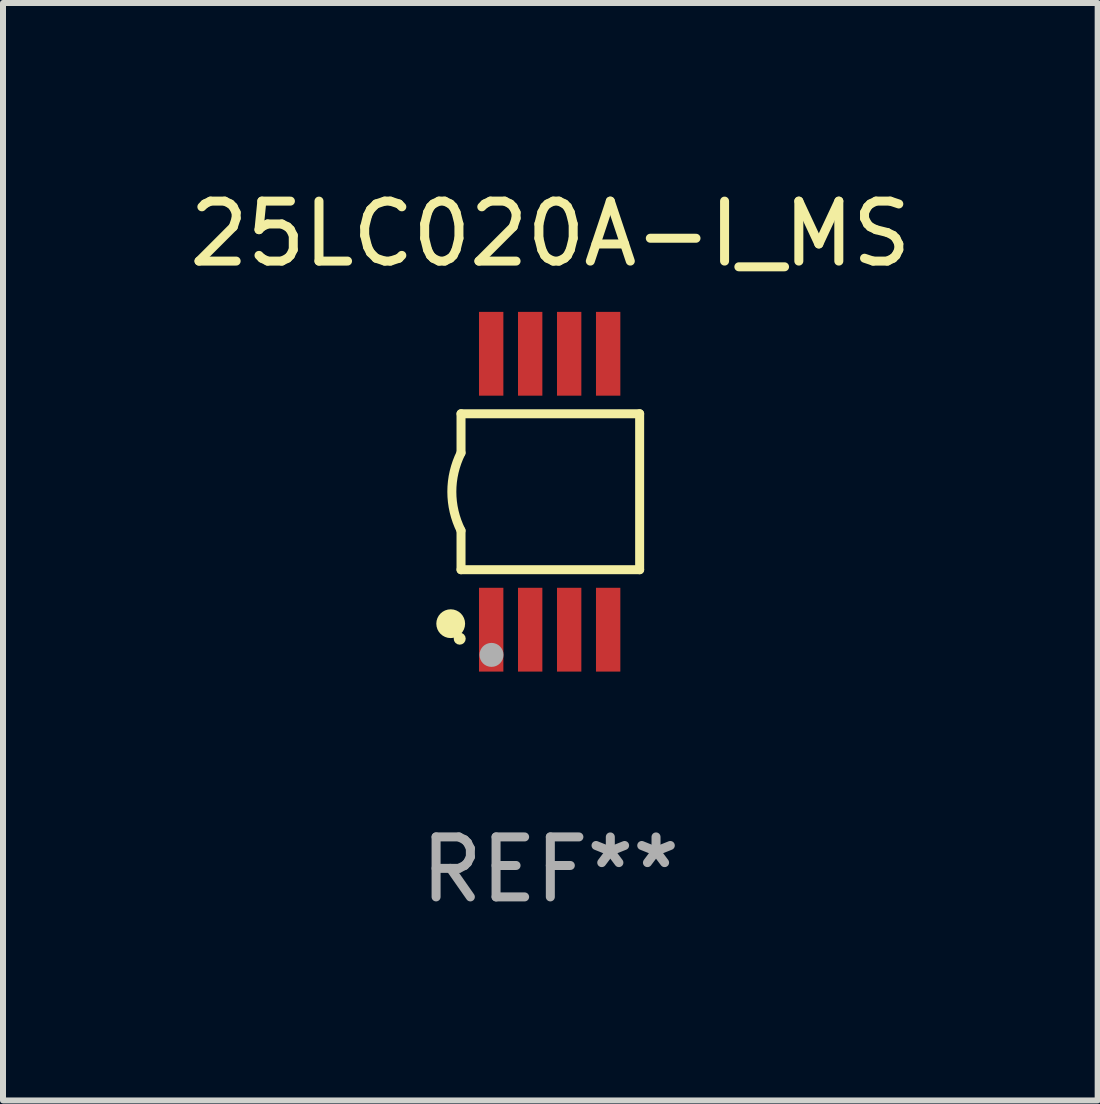
<source format=kicad_pcb>
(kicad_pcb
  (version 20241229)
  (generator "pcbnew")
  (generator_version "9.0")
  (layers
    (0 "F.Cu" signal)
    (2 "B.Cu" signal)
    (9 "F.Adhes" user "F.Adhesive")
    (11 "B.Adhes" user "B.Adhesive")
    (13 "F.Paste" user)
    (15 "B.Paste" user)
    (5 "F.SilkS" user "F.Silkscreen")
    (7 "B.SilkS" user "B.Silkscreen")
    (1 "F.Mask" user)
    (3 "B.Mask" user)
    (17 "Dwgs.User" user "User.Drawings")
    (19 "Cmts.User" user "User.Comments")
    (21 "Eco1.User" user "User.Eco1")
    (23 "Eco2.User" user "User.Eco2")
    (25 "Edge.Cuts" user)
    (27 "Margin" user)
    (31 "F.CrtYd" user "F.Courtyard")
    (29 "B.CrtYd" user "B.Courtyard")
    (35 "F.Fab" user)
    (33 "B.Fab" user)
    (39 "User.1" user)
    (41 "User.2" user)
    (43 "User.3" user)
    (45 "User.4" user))
  (footprint "25LC020A-I_MS"
    (layer "F.Cu")
    (at 6.125 5.148)
    (property "Reference" "25LC020A-I_MS" (at 0 -4.3 0) (layer "F.SilkS") (effects (font (size 1 1) (thickness 0.15))))
    (attr through_hole)
    (fp_line (start -1.489 -1.3) (end -1.489 -0.648) (stroke (width 0.15) (type solid)) (layer "F.SilkS"))
    (fp_line (start -1.489 0.648) (end -1.489 1.3) (stroke (width 0.15) (type solid)) (layer "F.SilkS"))
    (fp_line (start -1.489 1.3) (end 1.489 1.3) (stroke (width 0.15) (type solid)) (layer "F.SilkS"))
    (fp_line (start 1.489 -1.3) (end -1.489 -1.3) (stroke (width 0.15) (type solid)) (layer "F.SilkS"))
    (fp_line (start 1.489 1.3) (end 1.489 -1.3) (stroke (width 0.15) (type solid)) (layer "F.SilkS"))
    (fp_arc (start -1.489205 0.647702) (mid -1.642107 0) (end -1.489205 -0.647701) (stroke (width 0.150013) (type solid)) (layer "F.SilkS"))
    (fp_circle (center -1.661 2.2) (end -1.541 2.2) (stroke (width 0.24) (type solid)) (fill no) (layer "F.SilkS"))
    (fp_circle (center -1.511 2.45) (end -1.461 2.45) (stroke (width 0.1) (type solid)) (fill no) (layer "F.SilkS"))
    (fp_circle (center -0.981 2.72) (end -0.881 2.72) (stroke (width 0.2) (type solid)) (fill no) (layer "F.Fab"))
    (fp_text user "REF**" (at 0 6.3 0) (layer "F.Fab") (effects (font (size 1 1) (thickness 0.15))))
    (pad "1" smd rect (at -0.986 2.3) (size 0.406 1.397) (layers "F.Cu" "F.Mask" "F.Paste"))
    (pad "2" smd rect (at -0.336 2.3) (size 0.406 1.397) (layers "F.Cu" "F.Mask" "F.Paste"))
    (pad "3" smd rect (at 0.314 2.3) (size 0.406 1.397) (layers "F.Cu" "F.Mask" "F.Paste"))
    (pad "4" smd rect (at 0.964 2.3) (size 0.406 1.397) (layers "F.Cu" "F.Mask" "F.Paste"))
    (pad "5" smd rect (at 0.964 -2.3) (size 0.406 1.397) (layers "F.Cu" "F.Mask" "F.Paste"))
    (pad "6" smd rect (at 0.314 -2.3) (size 0.406 1.397) (layers "F.Cu" "F.Mask" "F.Paste"))
    (pad "7" smd rect (at -0.336 -2.3) (size 0.406 1.397) (layers "F.Cu" "F.Mask" "F.Paste"))
    (pad "8" smd rect (at -0.986 -2.3) (size 0.406 1.397) (layers "F.Cu" "F.Mask" "F.Paste")))
  (gr_rect
    (start -3 -3)
    (end 15.25 15.296)
    (stroke (width 0.1) (type default))
    (fill no)
    (layer "Edge.Cuts")))
</source>
